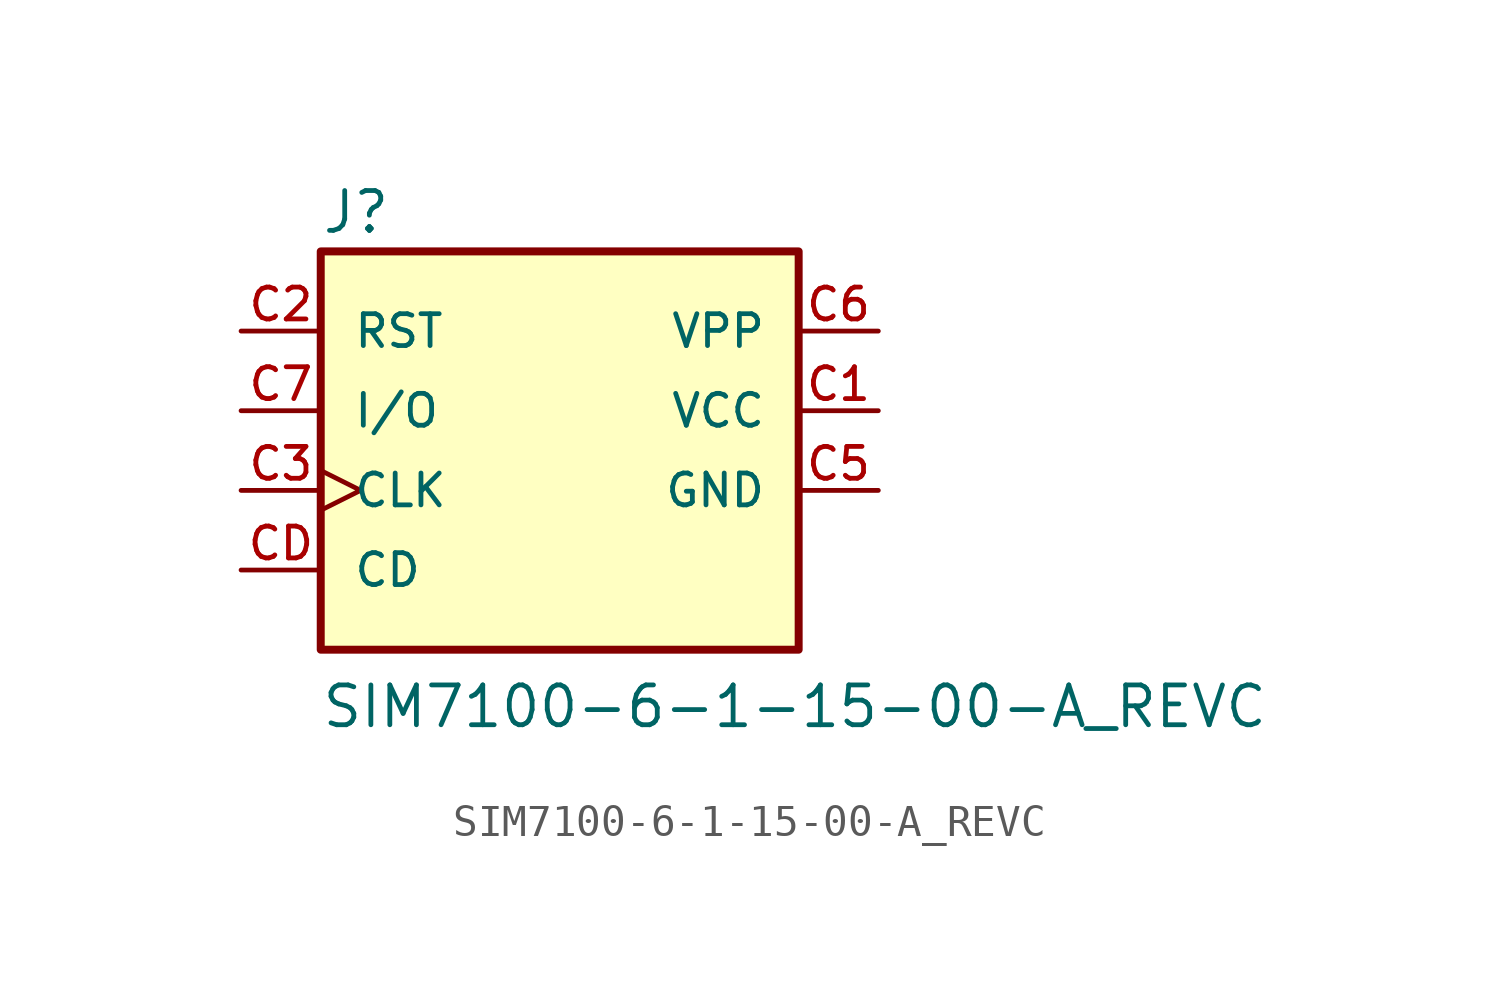
<source format=kicad_sym>
(kicad_symbol_lib
  (version 20211014)
  (generator kicad_symbol_editor)
  (symbol "SIM7100-6-1-15-00-A_REVC"
    (pin_names
      (offset 1.016))
    (property "Reference" "J"
      (at -7.621 5.588 0)
      (effects (font (size 1.27 1.27)) (justify bottom left)))
    (property "Value" "SIM7100-6-1-15-00-A_REVC"
      (at -7.633 -10.177 0)
      (effects (font (size 1.27 1.27)) (justify bottom left)))
    (symbol "SIM7100-6-1-15-00-A_REVC_0_0"
      (rectangle (start -7.62 -7.62) (end 7.62 5.08) (stroke (width 0.254)) (fill (type background)))
      (pin power_in line (at 10.16 0.0 180.0) (length 2.54) (name "VCC" (effects (font (size 1.016 1.016)))) (number "C1" (effects (font (size 1.016 1.016)))))
      (pin input line (at -10.16 2.54 0) (length 2.54) (name "RST" (effects (font (size 1.016 1.016)))) (number "C2" (effects (font (size 1.016 1.016)))))
      (pin bidirectional clock (at -10.16 -2.54 0) (length 2.54) (name "CLK" (effects (font (size 1.016 1.016)))) (number "C3" (effects (font (size 1.016 1.016)))))
      (pin bidirectional line (at -10.16 0.0 0) (length 2.54) (name "I/O" (effects (font (size 1.016 1.016)))) (number "C7" (effects (font (size 1.016 1.016)))))
      (pin power_in line (at 10.16 -2.54 180.0) (length 2.54) (name "GND" (effects (font (size 1.016 1.016)))) (number "C5" (effects (font (size 1.016 1.016)))))
      (pin power_in line (at 10.16 2.54 180.0) (length 2.54) (name "VPP" (effects (font (size 1.016 1.016)))) (number "C6" (effects (font (size 1.016 1.016)))))
      (pin passive line (at -10.16 -5.08 0) (length 2.54) (name "CD" (effects (font (size 1.016 1.016)))) (number "CD" (effects (font (size 1.016 1.016))))))))
</source>
